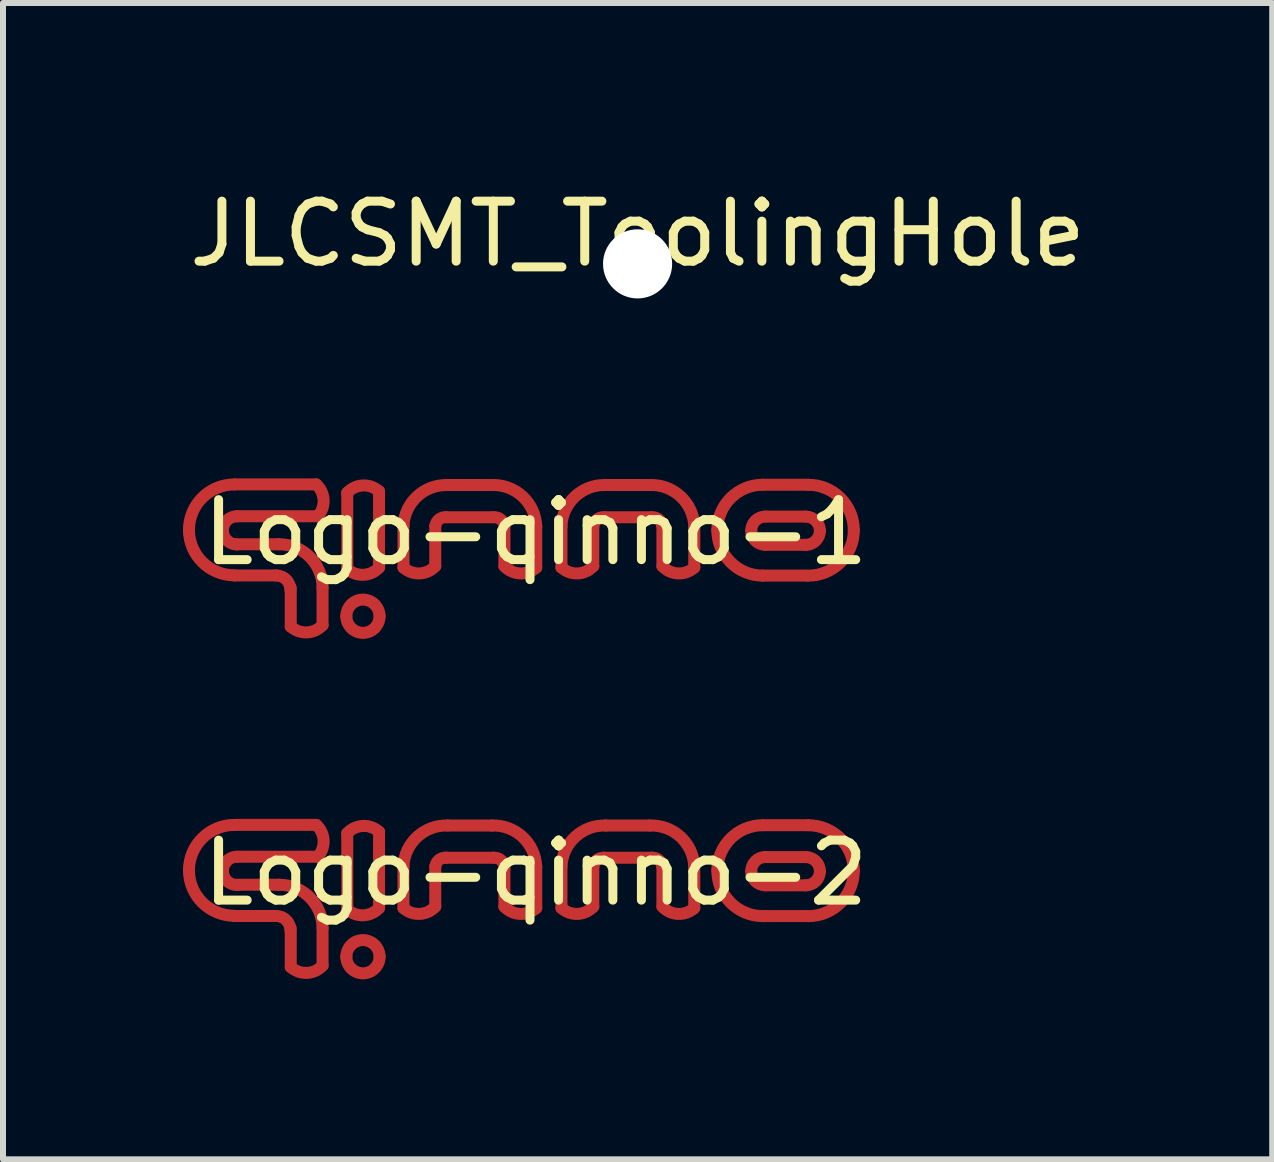
<source format=kicad_pcb>
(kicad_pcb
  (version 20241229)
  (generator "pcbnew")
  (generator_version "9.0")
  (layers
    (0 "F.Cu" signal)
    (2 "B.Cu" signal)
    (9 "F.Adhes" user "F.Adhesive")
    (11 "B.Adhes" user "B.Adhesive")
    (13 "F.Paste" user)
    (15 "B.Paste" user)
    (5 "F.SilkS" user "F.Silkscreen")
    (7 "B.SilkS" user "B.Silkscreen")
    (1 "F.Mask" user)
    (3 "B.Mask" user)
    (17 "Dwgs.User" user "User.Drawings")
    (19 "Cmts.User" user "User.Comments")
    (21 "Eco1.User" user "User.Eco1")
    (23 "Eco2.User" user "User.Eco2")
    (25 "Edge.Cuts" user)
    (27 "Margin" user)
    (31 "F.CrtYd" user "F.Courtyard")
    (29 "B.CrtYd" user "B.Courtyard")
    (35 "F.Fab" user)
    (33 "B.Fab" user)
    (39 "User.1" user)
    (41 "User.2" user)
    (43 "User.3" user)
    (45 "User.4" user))
  (footprint "Logo-qinno-1"
    (layer "F.Cu")
    (at 5.879 6.323)
    (property "Reference" "Logo-qinno-1" (at 0 -0.5 0) (unlocked yes) (layer "F.SilkS") (effects (font (size 1 1) (thickness 0.15))))
    (attr exclude_from_pos_files exclude_from_bom)
    (fp_line (start -5.022 0.219) (end -4.325 0.219) (stroke (width 0.2) (type solid)) (layer "F.Cu"))
    (fp_line (start -5.011 -1.299) (end -3.657 -1.299) (stroke (width 0.2) (type solid)) (layer "F.Cu"))
    (fp_line (start -4.988 -0.302) (end -4.277 -0.302) (stroke (width 0.2) (type solid)) (layer "F.Cu"))
    (fp_line (start -4.988 -0.768) (end -3.633 -0.768) (stroke (width 0.2) (type solid)) (layer "F.Cu"))
    (fp_line (start -4.083 1.07) (end -4.083 0.423) (stroke (width 0.2) (type solid)) (layer "F.Cu"))
    (fp_line (start -3.553 1.046) (end -3.553 0.423) (stroke (width 0.2) (type solid)) (layer "F.Cu"))
    (fp_line (start -3.141 0.11) (end -3.141 -1.16) (stroke (width 0.2) (type solid)) (layer "F.Cu"))
    (fp_line (start -2.611 0.086) (end -2.611 -1.183) (stroke (width 0.2) (type solid)) (layer "F.Cu"))
    (fp_line (start -2.204 0.087) (end -2.204 -0.602) (stroke (width 0.2) (type solid)) (layer "F.Cu"))
    (fp_line (start -1.674 0.063) (end -1.674 -0.602) (stroke (width 0.2) (type solid)) (layer "F.Cu"))
    (fp_line (start -1.49 -0.752) (end -0.705 -0.752) (stroke (width 0.2) (type solid)) (layer "F.Cu"))
    (fp_line (start -1.465 -1.289) (end -0.731 -1.289) (stroke (width 0.2) (type solid)) (layer "F.Cu"))
    (fp_line (start -0.522 0.063) (end -0.522 -0.602) (stroke (width 0.2) (type solid)) (layer "F.Cu"))
    (fp_line (start 0.009 0.087) (end 0.009 -0.602) (stroke (width 0.2) (type solid)) (layer "F.Cu"))
    (fp_line (start 0.429 0.086) (end 0.429 -0.602) (stroke (width 0.2) (type solid)) (layer "F.Cu"))
    (fp_line (start 0.96 0.063) (end 0.96 -0.602) (stroke (width 0.2) (type solid)) (layer "F.Cu"))
    (fp_line (start 1.144 -0.752) (end 1.928 -0.752) (stroke (width 0.2) (type solid)) (layer "F.Cu"))
    (fp_line (start 1.169 -1.289) (end 1.903 -1.289) (stroke (width 0.2) (type solid)) (layer "F.Cu"))
    (fp_line (start 2.112 0.063) (end 2.112 -0.602) (stroke (width 0.2) (type solid)) (layer "F.Cu"))
    (fp_line (start 2.643 0.086) (end 2.643 -0.602) (stroke (width 0.2) (type solid)) (layer "F.Cu"))
    (fp_line (start 3.785 0.221) (end 4.521 0.221) (stroke (width 0.2) (type solid)) (layer "F.Cu"))
    (fp_line (start 3.795 -1.294) (end 4.532 -1.294) (stroke (width 0.2) (type solid)) (layer "F.Cu"))
    (fp_line (start 3.828 -0.763) (end 4.501 -0.763) (stroke (width 0.2) (type solid)) (layer "F.Cu"))
    (fp_line (start 3.828 -0.292) (end 4.501 -0.292) (stroke (width 0.2) (type solid)) (layer "F.Cu"))
    (fp_arc (start -5.779341 -0.541426) (mid -5.557494 -1.077012) (end -5.021908 -1.298859) (stroke (width 0.2) (type solid)) (layer "F.Cu"))
    (fp_arc (start -5.214435 -0.53294) (mid -5.145446 -0.699493) (end -4.978893 -0.768481) (stroke (width 0.2) (type solid)) (layer "F.Cu"))
    (fp_arc (start -5.021908 0.216007) (mid -5.557494 -0.00584) (end -5.779341 -0.541426) (stroke (width 0.2) (type solid)) (layer "F.Cu"))
    (fp_arc (start -4.978909 -0.297398) (mid -5.145462 -0.366387) (end -5.214451 -0.53294) (stroke (width 0.2) (type solid)) (layer "F.Cu"))
    (fp_arc (start -4.325268 0.218654) (mid -4.158715 0.287643) (end -4.089726 0.454196) (stroke (width 0.2) (type solid)) (layer "F.Cu"))
    (fp_arc (start -4.277206 -0.302038) (mid -3.764789 -0.089788) (end -3.552539 0.422629) (stroke (width 0.2) (type solid)) (layer "F.Cu"))
    (fp_arc (start -3.656833 -1.298785) (mid -3.535218 -1.038415) (end -3.633333 -0.768311) (stroke (width 0.2) (type solid)) (layer "F.Cu"))
    (fp_arc (start -3.552539 1.046145) (mid -3.812909 1.16776) (end -4.083013 1.069645) (stroke (width 0.2) (type solid)) (layer "F.Cu"))
    (fp_arc (start -3.156276 0.898013) (mid -2.879284 0.621021) (end -2.602292 0.898013) (stroke (width 0.2) (type solid)) (layer "F.Cu"))
    (fp_arc (start -3.141102 -1.159982) (mid -2.880733 -1.281597) (end -2.610629 -1.183482) (stroke (width 0.2) (type solid)) (layer "F.Cu"))
    (fp_arc (start -2.610631 0.086015) (mid -2.871001 0.20763) (end -3.141105 0.109515) (stroke (width 0.2) (type solid)) (layer "F.Cu"))
    (fp_arc (start -2.602292 0.898013) (mid -2.879284 1.175005) (end -3.156276 0.898013) (stroke (width 0.2) (type solid)) (layer "F.Cu"))
    (fp_arc (start -2.204345 -0.602228) (mid -1.97681 -1.098495) (end -1.465005 -1.288518) (stroke (width 0.2) (type solid)) (layer "F.Cu"))
    (fp_arc (start -1.673871 -0.601989) (mid -1.613 -0.714879) (end -1.490133 -0.751662) (stroke (width 0.2) (type solid)) (layer "F.Cu"))
    (fp_arc (start -1.673871 0.063016) (mid -1.934241 0.184631) (end -2.204345 0.086516) (stroke (width 0.2) (type solid)) (layer "F.Cu"))
    (fp_arc (start -0.730571 -1.288518) (mid -0.218766 -1.098495) (end 0.008769 -0.602228) (stroke (width 0.2) (type solid)) (layer "F.Cu"))
    (fp_arc (start -0.705443 -0.751662) (mid -0.582575 -0.714879) (end -0.521705 -0.601989) (stroke (width 0.2) (type solid)) (layer "F.Cu"))
    (fp_arc (start 0.008769 0.086516) (mid -0.261335 0.184631) (end -0.521705 0.063016) (stroke (width 0.2) (type solid)) (layer "F.Cu"))
    (fp_arc (start 0.42948 -0.602259) (mid 0.657015 -1.098526) (end 1.16882 -1.288549) (stroke (width 0.2) (type solid)) (layer "F.Cu"))
    (fp_arc (start 0.959954 -0.60202) (mid 1.020825 -0.714909) (end 1.143692 -0.751692) (stroke (width 0.2) (type solid)) (layer "F.Cu"))
    (fp_arc (start 0.959954 0.062985) (mid 0.699584 0.1846) (end 0.42948 0.086485) (stroke (width 0.2) (type solid)) (layer "F.Cu"))
    (fp_arc (start 1.903254 -1.288549) (mid 2.415059 -1.098526) (end 2.642594 -0.602259) (stroke (width 0.2) (type solid)) (layer "F.Cu"))
    (fp_arc (start 1.928382 -0.751692) (mid 2.051249 -0.714909) (end 2.11212 -0.60202) (stroke (width 0.2) (type solid)) (layer "F.Cu"))
    (fp_arc (start 2.642594 0.086485) (mid 2.37249 0.1846) (end 2.11212 0.062985) (stroke (width 0.2) (type solid)) (layer "F.Cu"))
    (fp_arc (start 3.027328 -0.536376) (mid 3.249175 -1.071962) (end 3.784761 -1.293809) (stroke (width 0.2) (type solid)) (layer "F.Cu"))
    (fp_arc (start 3.592234 -0.52789) (mid 3.661223 -0.694443) (end 3.827776 -0.763432) (stroke (width 0.2) (type solid)) (layer "F.Cu"))
    (fp_arc (start 3.784761 0.221057) (mid 3.249175 -0.00079) (end 3.027328 -0.536376) (stroke (width 0.2) (type solid)) (layer "F.Cu"))
    (fp_arc (start 3.827776 -0.292348) (mid 3.661223 -0.361337) (end 3.592234 -0.52789) (stroke (width 0.2) (type solid)) (layer "F.Cu"))
    (fp_arc (start 4.501399 -0.762642) (mid 4.667952 -0.693653) (end 4.736941 -0.5271) (stroke (width 0.2) (type solid)) (layer "F.Cu"))
    (fp_arc (start 4.544414 -1.293019) (mid 5.08 -1.071172) (end 5.301847 -0.535586) (stroke (width 0.2) (type solid)) (layer "F.Cu"))
    (fp_arc (start 4.736941 -0.5271) (mid 4.667952 -0.360547) (end 4.501399 -0.291558) (stroke (width 0.2) (type solid)) (layer "F.Cu"))
    (fp_arc (start 5.301847 -0.535586) (mid 5.08 0) (end 4.544414 0.221847) (stroke (width 0.2) (type solid)) (layer "F.Cu")))
  (footprint "JLCSMT_ToolingHole"
    (layer "F.Cu")
    (at 7.577 1.348)
    (property "Reference" "JLCSMT_ToolingHole" (at 0 -0.5 0) (unlocked yes) (layer "F.SilkS") (effects (font (size 1 1) (thickness 0.15))))
    (attr exclude_from_bom)
    (pad "" np_thru_hole oval (at 0 0) (size 1.152 1.152) (drill 1.152) (layers "*.Cu" "*.Mask")))
  (footprint "Logo-qinno-2"
    (layer "F.Cu")
    (at 5.879 11.998)
    (property "Reference" "Logo-qinno-2" (at 0 -0.5 0) (unlocked yes) (layer "F.SilkS") (effects (font (size 1 1) (thickness 0.15))))
    (attr exclude_from_pos_files exclude_from_bom)
    (fp_line (start -5.022 0.219) (end -4.325 0.219) (stroke (width 0.2) (type solid)) (layer "F.Cu"))
    (fp_line (start -5.011 -1.299) (end -3.657 -1.299) (stroke (width 0.2) (type solid)) (layer "F.Cu"))
    (fp_line (start -4.988 -0.302) (end -4.277 -0.302) (stroke (width 0.2) (type solid)) (layer "F.Cu"))
    (fp_line (start -4.988 -0.768) (end -3.633 -0.768) (stroke (width 0.2) (type solid)) (layer "F.Cu"))
    (fp_line (start -4.083 1.07) (end -4.083 0.423) (stroke (width 0.2) (type solid)) (layer "F.Cu"))
    (fp_line (start -3.553 1.046) (end -3.553 0.423) (stroke (width 0.2) (type solid)) (layer "F.Cu"))
    (fp_line (start -3.141 0.11) (end -3.141 -1.16) (stroke (width 0.2) (type solid)) (layer "F.Cu"))
    (fp_line (start -2.611 0.086) (end -2.611 -1.183) (stroke (width 0.2) (type solid)) (layer "F.Cu"))
    (fp_line (start -2.204 0.087) (end -2.204 -0.602) (stroke (width 0.2) (type solid)) (layer "F.Cu"))
    (fp_line (start -1.674 0.063) (end -1.674 -0.602) (stroke (width 0.2) (type solid)) (layer "F.Cu"))
    (fp_line (start -1.49 -0.752) (end -0.705 -0.752) (stroke (width 0.2) (type solid)) (layer "F.Cu"))
    (fp_line (start -1.465 -1.289) (end -0.731 -1.289) (stroke (width 0.2) (type solid)) (layer "F.Cu"))
    (fp_line (start -0.522 0.063) (end -0.522 -0.602) (stroke (width 0.2) (type solid)) (layer "F.Cu"))
    (fp_line (start 0.009 0.087) (end 0.009 -0.602) (stroke (width 0.2) (type solid)) (layer "F.Cu"))
    (fp_line (start 0.429 0.086) (end 0.429 -0.602) (stroke (width 0.2) (type solid)) (layer "F.Cu"))
    (fp_line (start 0.96 0.063) (end 0.96 -0.602) (stroke (width 0.2) (type solid)) (layer "F.Cu"))
    (fp_line (start 1.144 -0.752) (end 1.928 -0.752) (stroke (width 0.2) (type solid)) (layer "F.Cu"))
    (fp_line (start 1.169 -1.289) (end 1.903 -1.289) (stroke (width 0.2) (type solid)) (layer "F.Cu"))
    (fp_line (start 2.112 0.063) (end 2.112 -0.602) (stroke (width 0.2) (type solid)) (layer "F.Cu"))
    (fp_line (start 2.643 0.086) (end 2.643 -0.602) (stroke (width 0.2) (type solid)) (layer "F.Cu"))
    (fp_line (start 3.785 0.221) (end 4.521 0.221) (stroke (width 0.2) (type solid)) (layer "F.Cu"))
    (fp_line (start 3.795 -1.294) (end 4.532 -1.294) (stroke (width 0.2) (type solid)) (layer "F.Cu"))
    (fp_line (start 3.828 -0.763) (end 4.501 -0.763) (stroke (width 0.2) (type solid)) (layer "F.Cu"))
    (fp_line (start 3.828 -0.292) (end 4.501 -0.292) (stroke (width 0.2) (type solid)) (layer "F.Cu"))
    (fp_arc (start -5.779341 -0.541426) (mid -5.557494 -1.077012) (end -5.021908 -1.298859) (stroke (width 0.2) (type solid)) (layer "F.Cu"))
    (fp_arc (start -5.214435 -0.53294) (mid -5.145446 -0.699493) (end -4.978893 -0.768481) (stroke (width 0.2) (type solid)) (layer "F.Cu"))
    (fp_arc (start -5.021908 0.216007) (mid -5.557494 -0.00584) (end -5.779341 -0.541426) (stroke (width 0.2) (type solid)) (layer "F.Cu"))
    (fp_arc (start -4.978909 -0.297398) (mid -5.145462 -0.366387) (end -5.214451 -0.53294) (stroke (width 0.2) (type solid)) (layer "F.Cu"))
    (fp_arc (start -4.325268 0.218654) (mid -4.158715 0.287643) (end -4.089726 0.454196) (stroke (width 0.2) (type solid)) (layer "F.Cu"))
    (fp_arc (start -4.277206 -0.302038) (mid -3.764789 -0.089788) (end -3.552539 0.422629) (stroke (width 0.2) (type solid)) (layer "F.Cu"))
    (fp_arc (start -3.656833 -1.298785) (mid -3.535218 -1.038415) (end -3.633333 -0.768311) (stroke (width 0.2) (type solid)) (layer "F.Cu"))
    (fp_arc (start -3.552539 1.046145) (mid -3.812909 1.16776) (end -4.083013 1.069645) (stroke (width 0.2) (type solid)) (layer "F.Cu"))
    (fp_arc (start -3.156276 0.898013) (mid -2.879284 0.621021) (end -2.602292 0.898013) (stroke (width 0.2) (type solid)) (layer "F.Cu"))
    (fp_arc (start -3.141102 -1.159982) (mid -2.880733 -1.281597) (end -2.610629 -1.183482) (stroke (width 0.2) (type solid)) (layer "F.Cu"))
    (fp_arc (start -2.610631 0.086015) (mid -2.871001 0.20763) (end -3.141105 0.109515) (stroke (width 0.2) (type solid)) (layer "F.Cu"))
    (fp_arc (start -2.602292 0.898013) (mid -2.879284 1.175005) (end -3.156276 0.898013) (stroke (width 0.2) (type solid)) (layer "F.Cu"))
    (fp_arc (start -2.204345 -0.602228) (mid -1.97681 -1.098495) (end -1.465005 -1.288518) (stroke (width 0.2) (type solid)) (layer "F.Cu"))
    (fp_arc (start -1.673871 -0.601989) (mid -1.613 -0.714879) (end -1.490133 -0.751662) (stroke (width 0.2) (type solid)) (layer "F.Cu"))
    (fp_arc (start -1.673871 0.063016) (mid -1.934241 0.184631) (end -2.204345 0.086516) (stroke (width 0.2) (type solid)) (layer "F.Cu"))
    (fp_arc (start -0.730571 -1.288518) (mid -0.218766 -1.098495) (end 0.008769 -0.602228) (stroke (width 0.2) (type solid)) (layer "F.Cu"))
    (fp_arc (start -0.705443 -0.751662) (mid -0.582575 -0.714879) (end -0.521705 -0.601989) (stroke (width 0.2) (type solid)) (layer "F.Cu"))
    (fp_arc (start 0.008769 0.086516) (mid -0.261335 0.184631) (end -0.521705 0.063016) (stroke (width 0.2) (type solid)) (layer "F.Cu"))
    (fp_arc (start 0.42948 -0.602259) (mid 0.657015 -1.098526) (end 1.16882 -1.288549) (stroke (width 0.2) (type solid)) (layer "F.Cu"))
    (fp_arc (start 0.959954 -0.60202) (mid 1.020825 -0.714909) (end 1.143692 -0.751692) (stroke (width 0.2) (type solid)) (layer "F.Cu"))
    (fp_arc (start 0.959954 0.062985) (mid 0.699584 0.1846) (end 0.42948 0.086485) (stroke (width 0.2) (type solid)) (layer "F.Cu"))
    (fp_arc (start 1.903254 -1.288549) (mid 2.415059 -1.098526) (end 2.642594 -0.602259) (stroke (width 0.2) (type solid)) (layer "F.Cu"))
    (fp_arc (start 1.928382 -0.751692) (mid 2.051249 -0.714909) (end 2.11212 -0.60202) (stroke (width 0.2) (type solid)) (layer "F.Cu"))
    (fp_arc (start 2.642594 0.086485) (mid 2.37249 0.1846) (end 2.11212 0.062985) (stroke (width 0.2) (type solid)) (layer "F.Cu"))
    (fp_arc (start 3.027328 -0.536376) (mid 3.249175 -1.071962) (end 3.784761 -1.293809) (stroke (width 0.2) (type solid)) (layer "F.Cu"))
    (fp_arc (start 3.592234 -0.52789) (mid 3.661223 -0.694443) (end 3.827776 -0.763432) (stroke (width 0.2) (type solid)) (layer "F.Cu"))
    (fp_arc (start 3.784761 0.221057) (mid 3.249175 -0.00079) (end 3.027328 -0.536376) (stroke (width 0.2) (type solid)) (layer "F.Cu"))
    (fp_arc (start 3.827776 -0.292348) (mid 3.661223 -0.361337) (end 3.592234 -0.52789) (stroke (width 0.2) (type solid)) (layer "F.Cu"))
    (fp_arc (start 4.501399 -0.762642) (mid 4.667952 -0.693653) (end 4.736941 -0.5271) (stroke (width 0.2) (type solid)) (layer "F.Cu"))
    (fp_arc (start 4.544414 -1.293019) (mid 5.08 -1.071172) (end 5.301847 -0.535586) (stroke (width 0.2) (type solid)) (layer "F.Cu"))
    (fp_arc (start 4.736941 -0.5271) (mid 4.667952 -0.360547) (end 4.501399 -0.291558) (stroke (width 0.2) (type solid)) (layer "F.Cu"))
    (fp_arc (start 5.301847 -0.535586) (mid 5.08 0) (end 4.544414 0.221847) (stroke (width 0.2) (type solid)) (layer "F.Cu"))
    (fp_line (start -5.015 0.218) (end -4.318 0.218) (stroke (width 0.2) (type solid)) (layer "F.Mask"))
    (fp_line (start -5.004 -1.3) (end -3.65 -1.3) (stroke (width 0.2) (type solid)) (layer "F.Mask"))
    (fp_line (start -4.981 -0.303) (end -4.27 -0.303) (stroke (width 0.2) (type solid)) (layer "F.Mask"))
    (fp_line (start -4.981 -0.769) (end -3.626 -0.769) (stroke (width 0.2) (type solid)) (layer "F.Mask"))
    (fp_line (start -4.076 1.069) (end -4.076 0.422) (stroke (width 0.2) (type solid)) (layer "F.Mask"))
    (fp_line (start -3.546 1.045) (end -3.546 0.422) (stroke (width 0.2) (type solid)) (layer "F.Mask"))
    (fp_line (start -3.134 0.109) (end -3.134 -1.161) (stroke (width 0.2) (type solid)) (layer "F.Mask"))
    (fp_line (start -2.604 0.085) (end -2.604 -1.184) (stroke (width 0.2) (type solid)) (layer "F.Mask"))
    (fp_line (start -2.197 0.086) (end -2.197 -0.603) (stroke (width 0.2) (type solid)) (layer "F.Mask"))
    (fp_line (start -1.667 0.062) (end -1.667 -0.603) (stroke (width 0.2) (type solid)) (layer "F.Mask"))
    (fp_line (start -1.483 -0.752) (end -0.699 -0.752) (stroke (width 0.2) (type solid)) (layer "F.Mask"))
    (fp_line (start -1.458 -1.289) (end -0.724 -1.289) (stroke (width 0.2) (type solid)) (layer "F.Mask"))
    (fp_line (start -0.515 0.062) (end -0.515 -0.603) (stroke (width 0.2) (type solid)) (layer "F.Mask"))
    (fp_line (start 0.016 0.086) (end 0.016 -0.603) (stroke (width 0.2) (type solid)) (layer "F.Mask"))
    (fp_line (start 0.436 0.086) (end 0.436 -0.603) (stroke (width 0.2) (type solid)) (layer "F.Mask"))
    (fp_line (start 0.967 0.062) (end 0.967 -0.603) (stroke (width 0.2) (type solid)) (layer "F.Mask"))
    (fp_line (start 1.151 -0.752) (end 1.935 -0.752) (stroke (width 0.2) (type solid)) (layer "F.Mask"))
    (fp_line (start 1.176 -1.289) (end 1.91 -1.289) (stroke (width 0.2) (type solid)) (layer "F.Mask"))
    (fp_line (start 2.119 0.062) (end 2.119 -0.603) (stroke (width 0.2) (type solid)) (layer "F.Mask"))
    (fp_line (start 2.65 0.086) (end 2.65 -0.603) (stroke (width 0.2) (type solid)) (layer "F.Mask"))
    (fp_line (start 3.792 0.22) (end 4.528 0.22) (stroke (width 0.2) (type solid)) (layer "F.Mask"))
    (fp_line (start 3.802 -1.295) (end 4.539 -1.295) (stroke (width 0.2) (type solid)) (layer "F.Mask"))
    (fp_line (start 3.835 -0.764) (end 4.508 -0.764) (stroke (width 0.2) (type solid)) (layer "F.Mask"))
    (fp_line (start 3.835 -0.293) (end 4.508 -0.293) (stroke (width 0.2) (type solid)) (layer "F.Mask"))
    (fp_arc (start -5.772432 -0.542195) (mid -5.550585 -1.077781) (end -5.014999 -1.299628) (stroke (width 0.2) (type solid)) (layer "F.Mask"))
    (fp_arc (start -5.207526 -0.533709) (mid -5.138537 -0.700261) (end -4.971984 -0.76925) (stroke (width 0.2) (type solid)) (layer "F.Mask"))
    (fp_arc (start -5.014999 0.215238) (mid -5.550585 -0.006609) (end -5.772432 -0.542195) (stroke (width 0.2) (type solid)) (layer "F.Mask"))
    (fp_arc (start -4.972 -0.298167) (mid -5.138553 -0.367156) (end -5.207542 -0.533709) (stroke (width 0.2) (type solid)) (layer "F.Mask"))
    (fp_arc (start -4.318359 0.217885) (mid -4.151806 0.286874) (end -4.082817 0.453427) (stroke (width 0.2) (type solid)) (layer "F.Mask"))
    (fp_arc (start -4.270297 -0.302807) (mid -3.75788 -0.090557) (end -3.54563 0.42186) (stroke (width 0.2) (type solid)) (layer "F.Mask"))
    (fp_arc (start -3.649924 -1.299554) (mid -3.528309 -1.039184) (end -3.626424 -0.76908) (stroke (width 0.2) (type solid)) (layer "F.Mask"))
    (fp_arc (start -3.54563 1.045376) (mid -3.806 1.166991) (end -4.076104 1.068876) (stroke (width 0.2) (type solid)) (layer "F.Mask"))
    (fp_arc (start -3.149367 0.897244) (mid -2.872375 0.620252) (end -2.595383 0.897244) (stroke (width 0.2) (type solid)) (layer "F.Mask"))
    (fp_arc (start -3.134193 -1.160751) (mid -2.873823 -1.282365) (end -2.60372 -1.184251) (stroke (width 0.2) (type solid)) (layer "F.Mask"))
    (fp_arc (start -2.603722 0.085246) (mid -2.864092 0.206861) (end -3.134196 0.108746) (stroke (width 0.2) (type solid)) (layer "F.Mask"))
    (fp_arc (start -2.595383 0.897244) (mid -2.872375 1.174236) (end -3.149367 0.897244) (stroke (width 0.2) (type solid)) (layer "F.Mask"))
    (fp_arc (start -2.197436 -0.602997) (mid -1.969901 -1.099264) (end -1.458096 -1.289287) (stroke (width 0.2) (type solid)) (layer "F.Mask"))
    (fp_arc (start -1.666962 -0.602758) (mid -1.606091 -0.715647) (end -1.483224 -0.752431) (stroke (width 0.2) (type solid)) (layer "F.Mask"))
    (fp_arc (start -1.666962 0.062247) (mid -1.927332 0.183862) (end -2.197436 0.085747) (stroke (width 0.2) (type solid)) (layer "F.Mask"))
    (fp_arc (start -0.723662 -1.289287) (mid -0.211857 -1.099264) (end 0.015678 -0.602997) (stroke (width 0.2) (type solid)) (layer "F.Mask"))
    (fp_arc (start -0.698534 -0.752431) (mid -0.575667 -0.715648) (end -0.514796 -0.602758) (stroke (width 0.2) (type solid)) (layer "F.Mask"))
    (fp_arc (start 0.015678 0.085747) (mid -0.254426 0.183862) (end -0.514796 0.062247) (stroke (width 0.2) (type solid)) (layer "F.Mask"))
    (fp_arc (start 0.436389 -0.603028) (mid 0.663924 -1.099295) (end 1.175729 -1.289318) (stroke (width 0.2) (type solid)) (layer "F.Mask"))
    (fp_arc (start 0.966863 -0.602789) (mid 1.027734 -0.715678) (end 1.150601 -0.752461) (stroke (width 0.2) (type solid)) (layer "F.Mask"))
    (fp_arc (start 0.966863 0.062216) (mid 0.706493 0.183831) (end 0.436389 0.085716) (stroke (width 0.2) (type solid)) (layer "F.Mask"))
    (fp_arc (start 1.910163 -1.289318) (mid 2.421968 -1.099295) (end 2.649503 -0.603028) (stroke (width 0.2) (type solid)) (layer "F.Mask"))
    (fp_arc (start 1.935291 -0.752461) (mid 2.058158 -0.715678) (end 2.119029 -0.602789) (stroke (width 0.2) (type solid)) (layer "F.Mask"))
    (fp_arc (start 2.649503 0.085716) (mid 2.379399 0.183831) (end 2.119029 0.062216) (stroke (width 0.2) (type solid)) (layer "F.Mask"))
    (fp_arc (start 3.034237 -0.537145) (mid 3.256084 -1.072731) (end 3.79167 -1.294578) (stroke (width 0.2) (type solid)) (layer "F.Mask"))
    (fp_arc (start 3.599143 -0.528659) (mid 3.668132 -0.695212) (end 3.834685 -0.764201) (stroke (width 0.2) (type solid)) (layer "F.Mask"))
    (fp_arc (start 3.79167 0.220288) (mid 3.256084 -0.001559) (end 3.034237 -0.537145) (stroke (width 0.2) (type solid)) (layer "F.Mask"))
    (fp_arc (start 3.834685 -0.293117) (mid 3.668132 -0.362106) (end 3.599143 -0.528659) (stroke (width 0.2) (type solid)) (layer "F.Mask"))
    (fp_arc (start 4.508308 -0.763411) (mid 4.674861 -0.694422) (end 4.74385 -0.527869) (stroke (width 0.2) (type solid)) (layer "F.Mask"))
    (fp_arc (start 4.551323 -1.293788) (mid 5.086909 -1.071941) (end 5.308756 -0.536355) (stroke (width 0.2) (type solid)) (layer "F.Mask"))
    (fp_arc (start 4.74385 -0.527869) (mid 4.674861 -0.361316) (end 4.508308 -0.292327) (stroke (width 0.2) (type solid)) (layer "F.Mask"))
    (fp_arc (start 5.308756 -0.536355) (mid 5.086909 -0.000769) (end 4.551323 0.221078) (stroke (width 0.2) (type solid)) (layer "F.Mask")))
  (gr_rect
    (start -3 -3)
    (end 18.155 16.273)
    (stroke (width 0.1) (type default))
    (fill no)
    (layer "Edge.Cuts")))
</source>
